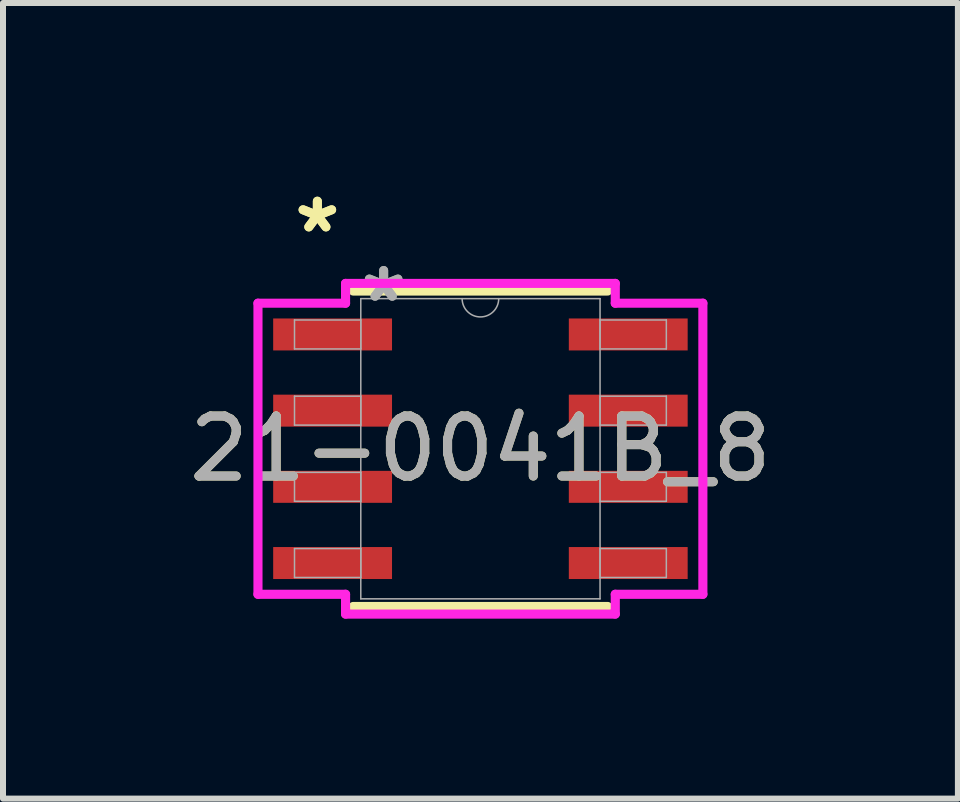
<source format=kicad_pcb>
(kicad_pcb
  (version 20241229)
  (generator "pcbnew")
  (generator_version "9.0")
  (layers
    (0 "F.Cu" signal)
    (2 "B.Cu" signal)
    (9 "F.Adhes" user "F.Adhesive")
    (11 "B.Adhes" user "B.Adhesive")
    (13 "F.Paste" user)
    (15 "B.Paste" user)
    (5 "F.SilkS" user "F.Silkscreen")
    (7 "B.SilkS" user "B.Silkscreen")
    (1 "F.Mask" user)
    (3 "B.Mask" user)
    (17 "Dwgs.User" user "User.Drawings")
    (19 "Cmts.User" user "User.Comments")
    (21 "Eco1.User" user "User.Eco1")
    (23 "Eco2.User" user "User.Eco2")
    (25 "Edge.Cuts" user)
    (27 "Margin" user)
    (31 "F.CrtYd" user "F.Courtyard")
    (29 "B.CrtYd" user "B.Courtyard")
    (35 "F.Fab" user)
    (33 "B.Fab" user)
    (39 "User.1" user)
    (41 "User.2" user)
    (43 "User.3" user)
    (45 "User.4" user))
  (footprint "21-0041B_8"
    (layer "F.Cu")
    (at 4.958 4.43)
    (property "Reference" "21-0041B_8" (at 0 0 0) (unlocked yes) (layer "F.SilkS") (effects (font (size 1 1) (thickness 0.15))))
    (attr smd)
    (fp_line (start -2.121 2.629) (end 2.121 2.629) (stroke (width 0.152) (type solid)) (layer "F.SilkS"))
    (fp_line (start 2.121 -2.629) (end -2.121 -2.629) (stroke (width 0.152) (type solid)) (layer "F.SilkS"))
    (fp_line (start -3.708 -2.426) (end -2.248 -2.426) (stroke (width 0.152) (type solid)) (layer "F.CrtYd"))
    (fp_line (start -3.708 2.426) (end -3.708 -2.426) (stroke (width 0.152) (type solid)) (layer "F.CrtYd"))
    (fp_line (start -3.708 2.426) (end -2.248 2.426) (stroke (width 0.152) (type solid)) (layer "F.CrtYd"))
    (fp_line (start -2.248 -2.756) (end 2.248 -2.756) (stroke (width 0.152) (type solid)) (layer "F.CrtYd"))
    (fp_line (start -2.248 -2.426) (end -2.248 -2.756) (stroke (width 0.152) (type solid)) (layer "F.CrtYd"))
    (fp_line (start -2.248 2.756) (end -2.248 2.426) (stroke (width 0.152) (type solid)) (layer "F.CrtYd"))
    (fp_line (start 2.248 -2.756) (end 2.248 -2.426) (stroke (width 0.152) (type solid)) (layer "F.CrtYd"))
    (fp_line (start 2.248 2.426) (end 2.248 2.756) (stroke (width 0.152) (type solid)) (layer "F.CrtYd"))
    (fp_line (start 2.248 2.756) (end -2.248 2.756) (stroke (width 0.152) (type solid)) (layer "F.CrtYd"))
    (fp_line (start 3.708 -2.426) (end 2.248 -2.426) (stroke (width 0.152) (type solid)) (layer "F.CrtYd"))
    (fp_line (start 3.708 -2.426) (end 3.708 2.426) (stroke (width 0.152) (type solid)) (layer "F.CrtYd"))
    (fp_line (start 3.708 2.426) (end 2.248 2.426) (stroke (width 0.152) (type solid)) (layer "F.CrtYd"))
    (fp_line (start -3.099 -2.146) (end -3.099 -1.664) (stroke (width 0.025) (type solid)) (layer "F.Fab"))
    (fp_line (start -3.099 -1.664) (end -1.994 -1.664) (stroke (width 0.025) (type solid)) (layer "F.Fab"))
    (fp_line (start -3.099 -0.876) (end -3.099 -0.394) (stroke (width 0.025) (type solid)) (layer "F.Fab"))
    (fp_line (start -3.099 -0.394) (end -1.994 -0.394) (stroke (width 0.025) (type solid)) (layer "F.Fab"))
    (fp_line (start -3.099 0.394) (end -3.099 0.876) (stroke (width 0.025) (type solid)) (layer "F.Fab"))
    (fp_line (start -3.099 0.876) (end -1.994 0.876) (stroke (width 0.025) (type solid)) (layer "F.Fab"))
    (fp_line (start -3.099 1.664) (end -3.099 2.146) (stroke (width 0.025) (type solid)) (layer "F.Fab"))
    (fp_line (start -3.099 2.146) (end -1.994 2.146) (stroke (width 0.025) (type solid)) (layer "F.Fab"))
    (fp_line (start -1.994 -2.502) (end -1.994 2.502) (stroke (width 0.025) (type solid)) (layer "F.Fab"))
    (fp_line (start -1.994 -2.146) (end -3.099 -2.146) (stroke (width 0.025) (type solid)) (layer "F.Fab"))
    (fp_line (start -1.994 -1.664) (end -1.994 -2.146) (stroke (width 0.025) (type solid)) (layer "F.Fab"))
    (fp_line (start -1.994 -0.876) (end -3.099 -0.876) (stroke (width 0.025) (type solid)) (layer "F.Fab"))
    (fp_line (start -1.994 -0.394) (end -1.994 -0.876) (stroke (width 0.025) (type solid)) (layer "F.Fab"))
    (fp_line (start -1.994 0.394) (end -3.099 0.394) (stroke (width 0.025) (type solid)) (layer "F.Fab"))
    (fp_line (start -1.994 0.876) (end -1.994 0.394) (stroke (width 0.025) (type solid)) (layer "F.Fab"))
    (fp_line (start -1.994 1.664) (end -3.099 1.664) (stroke (width 0.025) (type solid)) (layer "F.Fab"))
    (fp_line (start -1.994 2.146) (end -1.994 1.664) (stroke (width 0.025) (type solid)) (layer "F.Fab"))
    (fp_line (start -1.994 2.502) (end 1.994 2.502) (stroke (width 0.025) (type solid)) (layer "F.Fab"))
    (fp_line (start 1.994 -2.502) (end -1.994 -2.502) (stroke (width 0.025) (type solid)) (layer "F.Fab"))
    (fp_line (start 1.994 -2.146) (end 1.994 -1.664) (stroke (width 0.025) (type solid)) (layer "F.Fab"))
    (fp_line (start 1.994 -1.664) (end 3.099 -1.664) (stroke (width 0.025) (type solid)) (layer "F.Fab"))
    (fp_line (start 1.994 -0.876) (end 1.994 -0.394) (stroke (width 0.025) (type solid)) (layer "F.Fab"))
    (fp_line (start 1.994 -0.394) (end 3.099 -0.394) (stroke (width 0.025) (type solid)) (layer "F.Fab"))
    (fp_line (start 1.994 0.394) (end 1.994 0.876) (stroke (width 0.025) (type solid)) (layer "F.Fab"))
    (fp_line (start 1.994 0.876) (end 3.099 0.876) (stroke (width 0.025) (type solid)) (layer "F.Fab"))
    (fp_line (start 1.994 1.664) (end 1.994 2.146) (stroke (width 0.025) (type solid)) (layer "F.Fab"))
    (fp_line (start 1.994 2.146) (end 3.099 2.146) (stroke (width 0.025) (type solid)) (layer "F.Fab"))
    (fp_line (start 1.994 2.502) (end 1.994 -2.502) (stroke (width 0.025) (type solid)) (layer "F.Fab"))
    (fp_line (start 3.099 -2.146) (end 1.994 -2.146) (stroke (width 0.025) (type solid)) (layer "F.Fab"))
    (fp_line (start 3.099 -1.664) (end 3.099 -2.146) (stroke (width 0.025) (type solid)) (layer "F.Fab"))
    (fp_line (start 3.099 -0.876) (end 1.994 -0.876) (stroke (width 0.025) (type solid)) (layer "F.Fab"))
    (fp_line (start 3.099 -0.394) (end 3.099 -0.876) (stroke (width 0.025) (type solid)) (layer "F.Fab"))
    (fp_line (start 3.099 0.394) (end 1.994 0.394) (stroke (width 0.025) (type solid)) (layer "F.Fab"))
    (fp_line (start 3.099 0.876) (end 3.099 0.394) (stroke (width 0.025) (type solid)) (layer "F.Fab"))
    (fp_line (start 3.099 1.664) (end 1.994 1.664) (stroke (width 0.025) (type solid)) (layer "F.Fab"))
    (fp_line (start 3.099 2.146) (end 3.099 1.664) (stroke (width 0.025) (type solid)) (layer "F.Fab"))
    (fp_arc (start 0.3048 -2.5019) (mid 0 -2.1971) (end -0.3048 -2.5019) (stroke (width 0.0254) (type solid)) (layer "F.Fab"))
    (fp_text user "*" (at -2.718 -3.581 0) (unlocked yes) (layer "F.SilkS") (effects (font (size 1 1) (thickness 0.15))))
    (fp_text user "*" (at -2.718 -3.581 0) (layer "F.SilkS") (effects (font (size 1 1) (thickness 0.15))))
    (fp_text user "${REFERENCE}" (at 0 0 0) (unlocked yes) (layer "F.Fab") (effects (font (size 1 1) (thickness 0.15))))
    (fp_text user "*" (at -1.613 -2.426 0) (layer "F.Fab") (effects (font (size 1 1) (thickness 0.15))))
    (fp_text user "*" (at -1.613 -2.426 0) (unlocked yes) (layer "F.Fab") (effects (font (size 1 1) (thickness 0.15))))
    (pad "1" smd rect (at -2.464 -1.905) (size 1.981 0.533) (layers "F.Cu" "F.Mask" "F.Paste"))
    (pad "2" smd rect (at -2.464 -0.635) (size 1.981 0.533) (layers "F.Cu" "F.Mask" "F.Paste"))
    (pad "3" smd rect (at -2.464 0.635) (size 1.981 0.533) (layers "F.Cu" "F.Mask" "F.Paste"))
    (pad "4" smd rect (at -2.464 1.905) (size 1.981 0.533) (layers "F.Cu" "F.Mask" "F.Paste"))
    (pad "5" smd rect (at 2.464 1.905) (size 1.981 0.533) (layers "F.Cu" "F.Mask" "F.Paste"))
    (pad "6" smd rect (at 2.464 0.635) (size 1.981 0.533) (layers "F.Cu" "F.Mask" "F.Paste"))
    (pad "7" smd rect (at 2.464 -0.635) (size 1.981 0.533) (layers "F.Cu" "F.Mask" "F.Paste"))
    (pad "8" smd rect (at 2.464 -1.905) (size 1.981 0.533) (layers "F.Cu" "F.Mask" "F.Paste")))
  (gr_rect
    (start -3 -3)
    (end 12.917 10.262)
    (stroke (width 0.1) (type default))
    (fill no)
    (layer "Edge.Cuts")))
</source>
